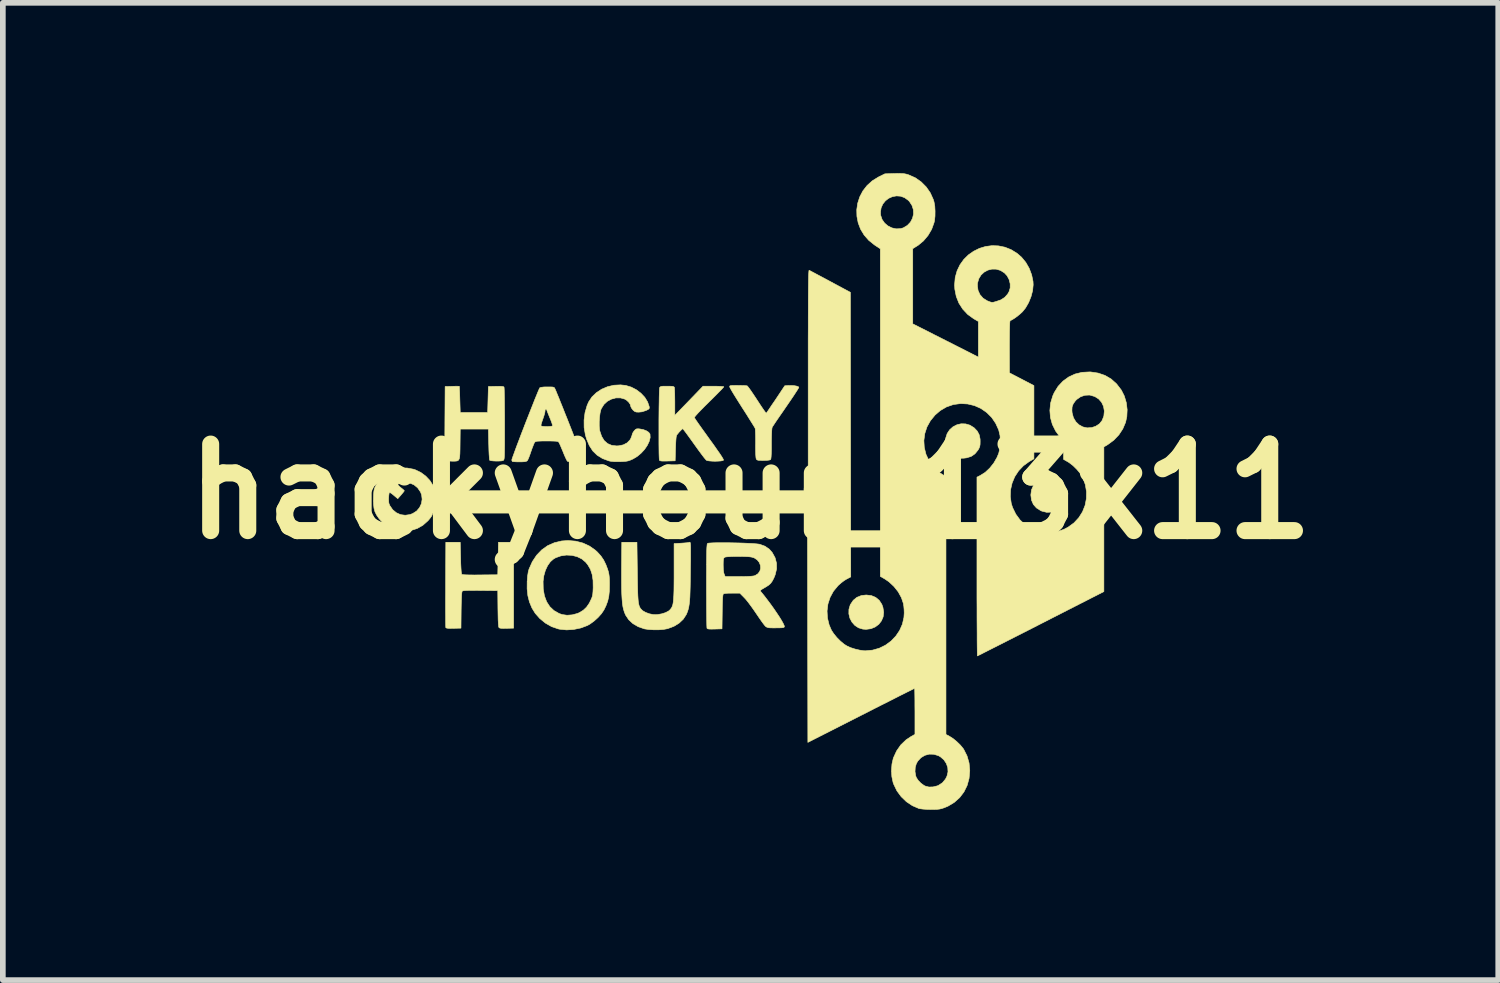
<source format=kicad_pcb>
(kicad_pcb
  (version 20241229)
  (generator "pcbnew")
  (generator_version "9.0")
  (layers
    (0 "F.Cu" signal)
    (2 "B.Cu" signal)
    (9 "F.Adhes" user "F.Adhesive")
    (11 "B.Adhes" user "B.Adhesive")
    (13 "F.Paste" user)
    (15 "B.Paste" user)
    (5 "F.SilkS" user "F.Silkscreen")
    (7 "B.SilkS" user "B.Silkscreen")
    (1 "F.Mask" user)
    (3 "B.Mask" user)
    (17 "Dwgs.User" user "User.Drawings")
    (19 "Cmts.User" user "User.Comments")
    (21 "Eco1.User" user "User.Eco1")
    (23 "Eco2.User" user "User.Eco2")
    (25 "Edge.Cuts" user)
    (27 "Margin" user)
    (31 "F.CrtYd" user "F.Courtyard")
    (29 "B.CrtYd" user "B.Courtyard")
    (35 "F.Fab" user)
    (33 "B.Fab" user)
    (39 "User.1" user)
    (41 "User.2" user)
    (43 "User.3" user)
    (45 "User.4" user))
  (footprint "hackyhour_13x11"
    (layer "F.Cu")
    (at 10.167 5.605)
    (property "Reference" "hackyhour_13x11" (at 0 0 0) (layer "F.SilkS") (effects (font (size 1.524 1.524) (thickness 0.3))))
    (attr through_hole)
    (fp_poly (pts (xy 2.129 1.834) (xy 2.205 1.866) (xy 2.267 1.918) (xy 2.313 1.989) (xy 2.332 2.042) (xy 2.345 2.127) (xy 2.336 2.207) (xy 2.306 2.278) (xy 2.259 2.339) (xy 2.196 2.386) (xy 2.121 2.417) (xy 2.037 2.428) (xy 1.978 2.424) (xy 1.902 2.401) (xy 1.837 2.358) (xy 1.786 2.3) (xy 1.75 2.231) (xy 1.732 2.155) (xy 1.733 2.076) (xy 1.756 1.999) (xy 1.761 1.989) (xy 1.81 1.916) (xy 1.874 1.864) (xy 1.952 1.833) (xy 2.038 1.823) (xy 2.129 1.834)) (stroke (width 0.01) (type solid)) (fill yes) (layer "F.SilkS"))
    (fp_poly (pts (xy 5.327 -0.23) (xy 5.401 -0.199) (xy 5.462 -0.153) (xy 5.508 -0.094) (xy 5.537 -0.026) (xy 5.549 0.048) (xy 5.543 0.123) (xy 5.516 0.197) (xy 5.467 0.266) (xy 5.449 0.284) (xy 5.377 0.336) (xy 5.298 0.364) (xy 5.215 0.367) (xy 5.131 0.346) (xy 5.112 0.338) (xy 5.036 0.29) (xy 4.982 0.229) (xy 4.949 0.154) (xy 4.937 0.065) (xy 4.937 0.057) (xy 4.949 -0.029) (xy 4.982 -0.104) (xy 5.033 -0.166) (xy 5.101 -0.21) (xy 5.181 -0.236) (xy 5.242 -0.241) (xy 5.327 -0.23)) (stroke (width 0.01) (type solid)) (fill yes) (layer "F.SilkS"))
    (fp_poly (pts (xy 3.787 -1.19) (xy 3.863 -1.168) (xy 3.935 -1.123) (xy 3.938 -1.121) (xy 3.993 -1.063) (xy 4.027 -0.999) (xy 4.043 -0.923) (xy 4.044 -0.882) (xy 4.043 -0.83) (xy 4.037 -0.792) (xy 4.023 -0.758) (xy 4.007 -0.73) (xy 3.952 -0.663) (xy 3.885 -0.617) (xy 3.803 -0.592) (xy 3.754 -0.586) (xy 3.702 -0.585) (xy 3.664 -0.59) (xy 3.628 -0.602) (xy 3.594 -0.619) (xy 3.529 -0.666) (xy 3.478 -0.731) (xy 3.445 -0.806) (xy 3.433 -0.886) (xy 3.437 -0.938) (xy 3.463 -1.019) (xy 3.507 -1.086) (xy 3.565 -1.138) (xy 3.634 -1.174) (xy 3.709 -1.192) (xy 3.787 -1.19)) (stroke (width 0.01) (type solid)) (fill yes) (layer "F.SilkS"))
    (fp_poly (pts (xy -5.105 1.171) (xy -5.103 1.267) (xy -5.099 1.346) (xy -5.095 1.406) (xy -5.09 1.445) (xy -5.085 1.46) (xy -5.067 1.465) (xy -5.024 1.468) (xy -4.955 1.47) (xy -4.861 1.471) (xy -4.762 1.47) (xy -4.451 1.467) (xy -4.439 0.895) (xy -4.172 0.895) (xy -4.172 2.407) (xy -4.294 2.41) (xy -4.356 2.411) (xy -4.398 2.409) (xy -4.422 2.403) (xy -4.43 2.397) (xy -4.436 2.377) (xy -4.44 2.333) (xy -4.444 2.265) (xy -4.446 2.172) (xy -4.448 2.063) (xy -4.451 1.746) (xy -4.758 1.743) (xy -4.858 1.742) (xy -4.935 1.742) (xy -4.993 1.743) (xy -5.034 1.745) (xy -5.06 1.749) (xy -5.074 1.753) (xy -5.078 1.757) (xy -5.083 1.776) (xy -5.088 1.821) (xy -5.091 1.891) (xy -5.094 1.986) (xy -5.096 2.09) (xy -5.099 2.407) (xy -5.229 2.41) (xy -5.293 2.411) (xy -5.335 2.409) (xy -5.358 2.404) (xy -5.366 2.398) (xy -5.367 2.382) (xy -5.368 2.344) (xy -5.369 2.284) (xy -5.369 2.207) (xy -5.37 2.113) (xy -5.37 2.005) (xy -5.37 1.885) (xy -5.369 1.756) (xy -5.369 1.638) (xy -5.366 0.895) (xy -5.112 0.895) (xy -5.105 1.171)) (stroke (width 0.01) (type solid)) (fill yes) (layer "F.SilkS"))
    (fp_poly (pts (xy -5.134 -1.852) (xy -5.128 -1.851) (xy -5.127 -1.838) (xy -5.126 -1.804) (xy -5.123 -1.752) (xy -5.121 -1.687) (xy -5.119 -1.619) (xy -5.112 -1.391) (xy -4.629 -1.391) (xy -4.616 -1.848) (xy -4.484 -1.851) (xy -4.419 -1.852) (xy -4.375 -1.85) (xy -4.35 -1.845) (xy -4.341 -1.839) (xy -4.339 -1.823) (xy -4.337 -1.785) (xy -4.336 -1.726) (xy -4.334 -1.649) (xy -4.333 -1.557) (xy -4.332 -1.452) (xy -4.331 -1.336) (xy -4.331 -1.213) (xy -4.331 -1.191) (xy -4.331 -1.048) (xy -4.331 -0.929) (xy -4.331 -0.83) (xy -4.332 -0.751) (xy -4.333 -0.689) (xy -4.334 -0.641) (xy -4.336 -0.606) (xy -4.338 -0.582) (xy -4.342 -0.565) (xy -4.346 -0.555) (xy -4.35 -0.55) (xy -4.356 -0.546) (xy -4.358 -0.545) (xy -4.382 -0.539) (xy -4.423 -0.536) (xy -4.471 -0.535) (xy -4.52 -0.537) (xy -4.562 -0.541) (xy -4.589 -0.547) (xy -4.593 -0.55) (xy -4.597 -0.566) (xy -4.6 -0.602) (xy -4.604 -0.657) (xy -4.607 -0.725) (xy -4.609 -0.803) (xy -4.61 -0.83) (xy -4.616 -1.099) (xy -5.112 -1.099) (xy -5.115 -0.832) (xy -5.116 -0.737) (xy -5.118 -0.665) (xy -5.122 -0.612) (xy -5.129 -0.576) (xy -5.141 -0.553) (xy -5.159 -0.54) (xy -5.184 -0.535) (xy -5.219 -0.533) (xy -5.251 -0.533) (xy -5.303 -0.536) (xy -5.343 -0.542) (xy -5.363 -0.549) (xy -5.368 -0.554) (xy -5.372 -0.563) (xy -5.376 -0.578) (xy -5.378 -0.601) (xy -5.38 -0.634) (xy -5.382 -0.679) (xy -5.383 -0.738) (xy -5.383 -0.814) (xy -5.383 -0.908) (xy -5.383 -1.023) (xy -5.382 -1.16) (xy -5.382 -1.206) (xy -5.378 -1.848) (xy -5.255 -1.851) (xy -5.202 -1.853) (xy -5.16 -1.853) (xy -5.134 -1.852)) (stroke (width 0.01) (type solid)) (fill yes) (layer "F.SilkS"))
    (fp_poly (pts (xy -1.065 0.896) (xy -1.061 0.904) (xy -1.058 0.92) (xy -1.056 0.947) (xy -1.055 0.986) (xy -1.055 1.04) (xy -1.055 1.111) (xy -1.055 1.202) (xy -1.057 1.314) (xy -1.058 1.405) (xy -1.06 1.55) (xy -1.062 1.673) (xy -1.065 1.776) (xy -1.068 1.861) (xy -1.073 1.931) (xy -1.08 1.989) (xy -1.088 2.038) (xy -1.098 2.079) (xy -1.11 2.116) (xy -1.124 2.151) (xy -1.132 2.169) (xy -1.184 2.249) (xy -1.257 2.318) (xy -1.348 2.374) (xy -1.454 2.414) (xy -1.47 2.418) (xy -1.536 2.43) (xy -1.617 2.436) (xy -1.705 2.436) (xy -1.789 2.431) (xy -1.861 2.421) (xy -1.87 2.419) (xy -1.977 2.382) (xy -2.07 2.328) (xy -2.144 2.26) (xy -2.199 2.178) (xy -2.204 2.167) (xy -2.221 2.126) (xy -2.235 2.08) (xy -2.247 2.029) (xy -2.256 1.968) (xy -2.262 1.896) (xy -2.267 1.81) (xy -2.27 1.708) (xy -2.271 1.586) (xy -2.271 1.442) (xy -2.271 1.372) (xy -2.267 0.895) (xy -2 0.895) (xy -1.993 1.422) (xy -1.991 1.558) (xy -1.989 1.671) (xy -1.987 1.763) (xy -1.984 1.838) (xy -1.98 1.897) (xy -1.976 1.943) (xy -1.97 1.979) (xy -1.963 2.007) (xy -1.955 2.029) (xy -1.945 2.049) (xy -1.936 2.063) (xy -1.901 2.099) (xy -1.847 2.13) (xy -1.782 2.154) (xy -1.714 2.168) (xy -1.707 2.169) (xy -1.637 2.168) (xy -1.564 2.155) (xy -1.497 2.134) (xy -1.443 2.106) (xy -1.42 2.086) (xy -1.403 2.066) (xy -1.388 2.045) (xy -1.377 2.02) (xy -1.367 1.988) (xy -1.36 1.947) (xy -1.355 1.895) (xy -1.351 1.829) (xy -1.348 1.747) (xy -1.347 1.646) (xy -1.346 1.525) (xy -1.346 1.415) (xy -1.346 0.918) (xy -1.222 0.911) (xy -1.166 0.907) (xy -1.118 0.903) (xy -1.085 0.898) (xy -1.075 0.895) (xy -1.069 0.893) (xy -1.065 0.896)) (stroke (width 0.01) (type solid)) (fill yes) (layer "F.SilkS"))
    (fp_poly (pts (xy -3.079 0.875) (xy -2.952 0.908) (xy -2.835 0.962) (xy -2.733 1.034) (xy -2.696 1.068) (xy -2.634 1.137) (xy -2.586 1.208) (xy -2.547 1.288) (xy -2.518 1.365) (xy -2.504 1.41) (xy -2.495 1.45) (xy -2.489 1.491) (xy -2.485 1.542) (xy -2.484 1.607) (xy -2.484 1.645) (xy -2.486 1.755) (xy -2.496 1.848) (xy -2.515 1.931) (xy -2.545 2.012) (xy -2.581 2.086) (xy -2.625 2.152) (xy -2.686 2.22) (xy -2.756 2.283) (xy -2.829 2.336) (xy -2.874 2.361) (xy -2.989 2.404) (xy -3.114 2.43) (xy -3.239 2.438) (xy -3.359 2.426) (xy -3.387 2.42) (xy -3.503 2.38) (xy -3.612 2.318) (xy -3.71 2.238) (xy -3.792 2.145) (xy -3.849 2.052) (xy -3.893 1.946) (xy -3.921 1.836) (xy -3.934 1.715) (xy -3.933 1.587) (xy -3.933 1.585) (xy -3.653 1.585) (xy -3.65 1.72) (xy -3.629 1.839) (xy -3.59 1.943) (xy -3.534 2.029) (xy -3.461 2.098) (xy -3.371 2.149) (xy -3.316 2.168) (xy -3.231 2.18) (xy -3.14 2.173) (xy -3.05 2.149) (xy -3.014 2.134) (xy -2.944 2.091) (xy -2.888 2.038) (xy -2.84 1.969) (xy -2.815 1.918) (xy -2.797 1.879) (xy -2.785 1.845) (xy -2.778 1.808) (xy -2.774 1.761) (xy -2.771 1.697) (xy -2.771 1.687) (xy -2.773 1.565) (xy -2.789 1.461) (xy -2.819 1.371) (xy -2.866 1.291) (xy -2.904 1.244) (xy -2.971 1.188) (xy -3.053 1.148) (xy -3.145 1.125) (xy -3.242 1.12) (xy -3.338 1.134) (xy -3.429 1.166) (xy -3.469 1.189) (xy -3.525 1.238) (xy -3.574 1.307) (xy -3.613 1.391) (xy -3.64 1.486) (xy -3.653 1.585) (xy -3.933 1.585) (xy -3.926 1.491) (xy -3.914 1.416) (xy -3.901 1.368) (xy -3.842 1.236) (xy -3.767 1.123) (xy -3.677 1.029) (xy -3.573 0.955) (xy -3.455 0.903) (xy -3.326 0.872) (xy -3.212 0.864) (xy -3.079 0.875)) (stroke (width 0.01) (type solid)) (fill yes) (layer "F.SilkS"))
    (fp_poly (pts (xy -0.165 -1.866) (xy -0.113 -1.865) (xy -0.076 -1.862) (xy -0.059 -1.86) (xy -0.047 -1.847) (xy -0.024 -1.817) (xy 0.009 -1.771) (xy 0.048 -1.713) (xy 0.093 -1.646) (xy 0.115 -1.612) (xy 0.16 -1.543) (xy 0.2 -1.483) (xy 0.234 -1.433) (xy 0.26 -1.398) (xy 0.275 -1.38) (xy 0.278 -1.379) (xy 0.287 -1.391) (xy 0.308 -1.421) (xy 0.339 -1.467) (xy 0.377 -1.524) (xy 0.422 -1.589) (xy 0.445 -1.623) (xy 0.603 -1.861) (xy 0.66 -1.865) (xy 0.718 -1.866) (xy 0.771 -1.863) (xy 0.814 -1.855) (xy 0.843 -1.844) (xy 0.851 -1.834) (xy 0.844 -1.819) (xy 0.824 -1.786) (xy 0.793 -1.738) (xy 0.753 -1.677) (xy 0.705 -1.606) (xy 0.651 -1.527) (xy 0.624 -1.488) (xy 0.568 -1.406) (xy 0.515 -1.33) (xy 0.469 -1.263) (xy 0.431 -1.207) (xy 0.403 -1.164) (xy 0.386 -1.139) (xy 0.383 -1.134) (xy 0.377 -1.109) (xy 0.373 -1.059) (xy 0.37 -0.983) (xy 0.368 -0.883) (xy 0.368 -0.842) (xy 0.368 -0.742) (xy 0.366 -0.666) (xy 0.363 -0.612) (xy 0.359 -0.578) (xy 0.354 -0.562) (xy 0.353 -0.561) (xy 0.331 -0.553) (xy 0.288 -0.548) (xy 0.227 -0.546) (xy 0.172 -0.547) (xy 0.138 -0.549) (xy 0.117 -0.555) (xy 0.106 -0.565) (xy 0.101 -0.572) (xy 0.096 -0.596) (xy 0.092 -0.644) (xy 0.09 -0.715) (xy 0.089 -0.807) (xy 0.09 -0.842) (xy 0.09 -0.92) (xy 0.089 -0.99) (xy 0.087 -1.048) (xy 0.085 -1.09) (xy 0.082 -1.111) (xy 0.082 -1.111) (xy 0.073 -1.128) (xy 0.052 -1.163) (xy 0.02 -1.214) (xy -0.02 -1.278) (xy -0.066 -1.352) (xy -0.118 -1.433) (xy -0.144 -1.473) (xy -0.197 -1.557) (xy -0.246 -1.635) (xy -0.289 -1.704) (xy -0.324 -1.762) (xy -0.349 -1.806) (xy -0.363 -1.833) (xy -0.366 -1.838) (xy -0.367 -1.851) (xy -0.363 -1.859) (xy -0.35 -1.864) (xy -0.323 -1.866) (xy -0.278 -1.867) (xy -0.225 -1.867) (xy -0.165 -1.866)) (stroke (width 0.01) (type solid)) (fill yes) (layer "F.SilkS"))
    (fp_poly (pts (xy -2.197 -1.867) (xy -2.101 -1.838) (xy -2.01 -1.791) (xy -1.93 -1.73) (xy -1.862 -1.658) (xy -1.813 -1.578) (xy -1.784 -1.494) (xy -1.784 -1.492) (xy -1.782 -1.469) (xy -1.789 -1.454) (xy -1.811 -1.44) (xy -1.84 -1.426) (xy -1.911 -1.403) (xy -1.969 -1.397) (xy -2.012 -1.399) (xy -2.04 -1.409) (xy -2.065 -1.43) (xy -2.071 -1.436) (xy -2.094 -1.466) (xy -2.107 -1.491) (xy -2.108 -1.497) (xy -2.119 -1.535) (xy -2.147 -1.575) (xy -2.186 -1.61) (xy -2.213 -1.626) (xy -2.29 -1.648) (xy -2.37 -1.648) (xy -2.448 -1.627) (xy -2.52 -1.589) (xy -2.58 -1.534) (xy -2.624 -1.465) (xy -2.635 -1.441) (xy -2.649 -1.383) (xy -2.659 -1.309) (xy -2.664 -1.229) (xy -2.664 -1.151) (xy -2.658 -1.085) (xy -2.654 -1.065) (xy -2.622 -0.97) (xy -2.577 -0.896) (xy -2.517 -0.843) (xy -2.444 -0.812) (xy -2.358 -0.802) (xy -2.321 -0.804) (xy -2.24 -0.821) (xy -2.173 -0.856) (xy -2.124 -0.906) (xy -2.109 -0.931) (xy -2.094 -0.968) (xy -2.084 -0.998) (xy -2.083 -1.006) (xy -2.075 -1.028) (xy -2.056 -1.058) (xy -2.049 -1.067) (xy -2.027 -1.091) (xy -2.006 -1.102) (xy -1.978 -1.104) (xy -1.949 -1.101) (xy -1.887 -1.089) (xy -1.833 -1.068) (xy -1.793 -1.042) (xy -1.771 -1.012) (xy -1.77 -1.009) (xy -1.767 -0.949) (xy -1.784 -0.882) (xy -1.818 -0.811) (xy -1.866 -0.74) (xy -1.926 -0.675) (xy -1.994 -0.618) (xy -2.067 -0.574) (xy -2.073 -0.571) (xy -2.118 -0.551) (xy -2.157 -0.538) (xy -2.196 -0.531) (xy -2.246 -0.527) (xy -2.298 -0.525) (xy -2.396 -0.525) (xy -2.471 -0.533) (xy -2.499 -0.54) (xy -2.608 -0.581) (xy -2.701 -0.639) (xy -2.778 -0.714) (xy -2.839 -0.809) (xy -2.887 -0.924) (xy -2.908 -0.996) (xy -2.93 -1.125) (xy -2.931 -1.258) (xy -2.914 -1.39) (xy -2.878 -1.513) (xy -2.851 -1.576) (xy -2.792 -1.665) (xy -2.714 -1.74) (xy -2.621 -1.801) (xy -2.517 -1.845) (xy -2.405 -1.871) (xy -2.289 -1.877) (xy -2.197 -1.867)) (stroke (width 0.01) (type solid)) (fill yes) (layer "F.SilkS"))
    (fp_poly (pts (xy -0.588 -1.853) (xy -0.533 -1.851) (xy -0.493 -1.848) (xy -0.472 -1.845) (xy -0.47 -1.843) (xy -0.479 -1.832) (xy -0.503 -1.805) (xy -0.542 -1.765) (xy -0.591 -1.715) (xy -0.65 -1.656) (xy -0.716 -1.591) (xy -0.731 -1.576) (xy -0.804 -1.504) (xy -0.868 -1.439) (xy -0.92 -1.385) (xy -0.958 -1.343) (xy -0.982 -1.314) (xy -0.988 -1.301) (xy -0.98 -1.287) (xy -0.959 -1.254) (xy -0.926 -1.206) (xy -0.883 -1.145) (xy -0.832 -1.074) (xy -0.775 -0.995) (xy -0.726 -0.926) (xy -0.654 -0.827) (xy -0.594 -0.741) (xy -0.544 -0.67) (xy -0.507 -0.614) (xy -0.484 -0.575) (xy -0.475 -0.554) (xy -0.475 -0.552) (xy -0.49 -0.544) (xy -0.524 -0.537) (xy -0.572 -0.534) (xy -0.625 -0.532) (xy -0.679 -0.534) (xy -0.727 -0.538) (xy -0.763 -0.544) (xy -0.776 -0.549) (xy -0.79 -0.564) (xy -0.817 -0.596) (xy -0.853 -0.643) (xy -0.897 -0.702) (xy -0.947 -0.771) (xy -0.993 -0.835) (xy -1.045 -0.908) (xy -1.092 -0.973) (xy -1.132 -1.028) (xy -1.164 -1.07) (xy -1.185 -1.097) (xy -1.193 -1.105) (xy -1.206 -1.096) (xy -1.23 -1.074) (xy -1.259 -1.043) (xy -1.286 -1.01) (xy -1.296 -0.998) (xy -1.304 -0.981) (xy -1.31 -0.95) (xy -1.314 -0.903) (xy -1.318 -0.836) (xy -1.321 -0.757) (xy -1.327 -0.54) (xy -1.462 -0.536) (xy -1.524 -0.535) (xy -1.564 -0.536) (xy -1.588 -0.54) (xy -1.601 -0.546) (xy -1.605 -0.553) (xy -1.607 -0.572) (xy -1.609 -0.613) (xy -1.611 -0.672) (xy -1.612 -0.749) (xy -1.613 -0.838) (xy -1.613 -0.937) (xy -1.613 -1.043) (xy -1.613 -1.154) (xy -1.613 -1.265) (xy -1.612 -1.374) (xy -1.611 -1.479) (xy -1.609 -1.575) (xy -1.608 -1.66) (xy -1.606 -1.731) (xy -1.604 -1.785) (xy -1.602 -1.819) (xy -1.6 -1.83) (xy -1.591 -1.841) (xy -1.575 -1.849) (xy -1.548 -1.853) (xy -1.503 -1.854) (xy -1.468 -1.854) (xy -1.41 -1.853) (xy -1.373 -1.851) (xy -1.352 -1.845) (xy -1.342 -1.836) (xy -1.341 -1.834) (xy -1.339 -1.815) (xy -1.337 -1.776) (xy -1.335 -1.72) (xy -1.334 -1.651) (xy -1.333 -1.577) (xy -1.333 -1.34) (xy -1.084 -1.597) (xy -0.836 -1.854) (xy -0.653 -1.854) (xy -0.588 -1.853)) (stroke (width 0.01) (type solid)) (fill yes) (layer "F.SilkS"))
    (fp_poly (pts (xy -3.52 -1.841) (xy -3.485 -1.839) (xy -3.464 -1.834) (xy -3.452 -1.825) (xy -3.444 -1.81) (xy -3.443 -1.807) (xy -3.428 -1.774) (xy -3.407 -1.722) (xy -3.379 -1.655) (xy -3.347 -1.574) (xy -3.31 -1.483) (xy -3.271 -1.384) (xy -3.229 -1.28) (xy -3.187 -1.173) (xy -3.145 -1.067) (xy -3.105 -0.963) (xy -3.067 -0.865) (xy -3.032 -0.776) (xy -3.002 -0.697) (xy -2.977 -0.632) (xy -2.959 -0.583) (xy -2.949 -0.554) (xy -2.946 -0.546) (xy -2.948 -0.535) (xy -2.956 -0.527) (xy -2.975 -0.523) (xy -3.01 -0.521) (xy -3.065 -0.521) (xy -3.077 -0.521) (xy -3.133 -0.522) (xy -3.18 -0.525) (xy -3.213 -0.528) (xy -3.223 -0.531) (xy -3.234 -0.547) (xy -3.251 -0.581) (xy -3.273 -0.629) (xy -3.297 -0.687) (xy -3.3 -0.696) (xy -3.325 -0.755) (xy -3.347 -0.807) (xy -3.365 -0.847) (xy -3.377 -0.868) (xy -3.378 -0.869) (xy -3.388 -0.877) (xy -3.407 -0.883) (xy -3.439 -0.886) (xy -3.487 -0.888) (xy -3.555 -0.889) (xy -3.587 -0.889) (xy -3.663 -0.889) (xy -3.717 -0.887) (xy -3.754 -0.885) (xy -3.778 -0.88) (xy -3.792 -0.874) (xy -3.8 -0.867) (xy -3.812 -0.846) (xy -3.828 -0.807) (xy -3.848 -0.755) (xy -3.867 -0.701) (xy -3.887 -0.643) (xy -3.906 -0.593) (xy -3.922 -0.557) (xy -3.933 -0.54) (xy -3.951 -0.53) (xy -3.983 -0.524) (xy -4.035 -0.521) (xy -4.069 -0.521) (xy -4.122 -0.522) (xy -4.164 -0.524) (xy -4.19 -0.527) (xy -4.195 -0.529) (xy -4.203 -0.548) (xy -4.204 -0.555) (xy -4.199 -0.573) (xy -4.186 -0.611) (xy -4.166 -0.666) (xy -4.14 -0.738) (xy -4.109 -0.821) (xy -4.073 -0.915) (xy -4.035 -1.016) (xy -3.994 -1.121) (xy -3.979 -1.16) (xy -3.69 -1.16) (xy -3.69 -1.156) (xy -3.673 -1.149) (xy -3.64 -1.145) (xy -3.597 -1.143) (xy -3.552 -1.144) (xy -3.514 -1.147) (xy -3.49 -1.152) (xy -3.486 -1.155) (xy -3.488 -1.171) (xy -3.498 -1.205) (xy -3.515 -1.251) (xy -3.529 -1.285) (xy -3.551 -1.339) (xy -3.57 -1.386) (xy -3.583 -1.42) (xy -3.587 -1.432) (xy -3.599 -1.452) (xy -3.61 -1.45) (xy -3.618 -1.429) (xy -3.619 -1.41) (xy -3.624 -1.381) (xy -3.636 -1.338) (xy -3.653 -1.287) (xy -3.659 -1.271) (xy -3.675 -1.224) (xy -3.687 -1.184) (xy -3.69 -1.16) (xy -3.979 -1.16) (xy -3.953 -1.228) (xy -3.911 -1.334) (xy -3.871 -1.436) (xy -3.833 -1.532) (xy -3.799 -1.619) (xy -3.768 -1.694) (xy -3.743 -1.755) (xy -3.724 -1.799) (xy -3.713 -1.822) (xy -3.711 -1.826) (xy -3.686 -1.834) (xy -3.639 -1.84) (xy -3.575 -1.841) (xy -3.52 -1.841)) (stroke (width 0.01) (type solid)) (fill yes) (layer "F.SilkS"))
    (fp_poly (pts (xy -0.391 0.903) (xy -0.296 0.905) (xy -0.201 0.907) (xy -0.109 0.91) (xy -0.024 0.914) (xy 0.05 0.918) (xy 0.11 0.923) (xy 0.152 0.928) (xy 0.162 0.93) (xy 0.255 0.964) (xy 0.331 1.017) (xy 0.382 1.075) (xy 0.433 1.168) (xy 0.458 1.264) (xy 0.459 1.364) (xy 0.434 1.468) (xy 0.412 1.523) (xy 0.384 1.577) (xy 0.355 1.618) (xy 0.317 1.652) (xy 0.263 1.686) (xy 0.244 1.697) (xy 0.203 1.721) (xy 0.181 1.737) (xy 0.174 1.749) (xy 0.179 1.761) (xy 0.181 1.763) (xy 0.239 1.834) (xy 0.298 1.911) (xy 0.358 1.991) (xy 0.415 2.071) (xy 0.468 2.149) (xy 0.515 2.22) (xy 0.553 2.283) (xy 0.58 2.333) (xy 0.595 2.368) (xy 0.597 2.379) (xy 0.593 2.389) (xy 0.58 2.396) (xy 0.553 2.4) (xy 0.506 2.402) (xy 0.479 2.402) (xy 0.409 2.403) (xy 0.358 2.402) (xy 0.323 2.4) (xy 0.299 2.394) (xy 0.279 2.386) (xy 0.27 2.38) (xy 0.254 2.364) (xy 0.227 2.33) (xy 0.192 2.282) (xy 0.151 2.223) (xy 0.107 2.158) (xy 0.105 2.155) (xy 0.056 2.084) (xy 0.006 2.014) (xy -0.041 1.951) (xy -0.082 1.9) (xy -0.11 1.87) (xy -0.188 1.791) (xy -0.327 1.791) (xy -0.397 1.792) (xy -0.444 1.795) (xy -0.471 1.801) (xy -0.481 1.808) (xy -0.486 1.827) (xy -0.491 1.871) (xy -0.494 1.939) (xy -0.497 2.029) (xy -0.498 2.122) (xy -0.502 2.419) (xy -0.63 2.423) (xy -0.69 2.424) (xy -0.729 2.423) (xy -0.752 2.419) (xy -0.764 2.412) (xy -0.767 2.406) (xy -0.768 2.39) (xy -0.77 2.351) (xy -0.771 2.291) (xy -0.772 2.212) (xy -0.773 2.118) (xy -0.774 2.01) (xy -0.774 1.89) (xy -0.775 1.761) (xy -0.775 1.658) (xy -0.775 1.501) (xy -0.774 1.368) (xy -0.774 1.291) (xy -0.481 1.291) (xy -0.479 1.374) (xy -0.471 1.433) (xy -0.464 1.455) (xy -0.446 1.499) (xy -0.203 1.499) (xy -0.107 1.498) (xy -0.033 1.496) (xy 0.022 1.492) (xy 0.059 1.487) (xy 0.081 1.481) (xy 0.132 1.448) (xy 0.164 1.404) (xy 0.178 1.353) (xy 0.174 1.3) (xy 0.154 1.249) (xy 0.117 1.204) (xy 0.066 1.17) (xy 0.025 1.157) (xy -0.012 1.151) (xy -0.065 1.147) (xy -0.13 1.145) (xy -0.201 1.144) (xy -0.273 1.144) (xy -0.339 1.146) (xy -0.394 1.149) (xy -0.434 1.153) (xy -0.449 1.157) (xy -0.463 1.165) (xy -0.472 1.177) (xy -0.477 1.198) (xy -0.48 1.234) (xy -0.481 1.289) (xy -0.481 1.291) (xy -0.774 1.291) (xy -0.774 1.256) (xy -0.773 1.164) (xy -0.772 1.09) (xy -0.771 1.032) (xy -0.769 0.988) (xy -0.766 0.956) (xy -0.764 0.935) (xy -0.76 0.921) (xy -0.756 0.915) (xy -0.756 0.915) (xy -0.738 0.91) (xy -0.697 0.907) (xy -0.639 0.904) (xy -0.566 0.903) (xy -0.482 0.903) (xy -0.391 0.903)) (stroke (width 0.01) (type solid)) (fill yes) (layer "F.SilkS"))
    (fp_poly (pts (xy 2.663 -5.599) (xy 2.705 -5.596) (xy 2.741 -5.589) (xy 2.779 -5.578) (xy 2.787 -5.575) (xy 2.902 -5.524) (xy 3.005 -5.452) (xy 3.094 -5.363) (xy 3.166 -5.259) (xy 3.218 -5.144) (xy 3.232 -5.099) (xy 3.245 -5.025) (xy 3.25 -4.938) (xy 3.249 -4.849) (xy 3.24 -4.768) (xy 3.232 -4.733) (xy 3.19 -4.617) (xy 3.126 -4.508) (xy 3.046 -4.413) (xy 2.952 -4.335) (xy 2.932 -4.323) (xy 2.857 -4.276) (xy 2.857 -2.952) (xy 3.026 -2.867) (xy 3.078 -2.841) (xy 3.149 -2.805) (xy 3.234 -2.761) (xy 3.33 -2.713) (xy 3.432 -2.661) (xy 3.536 -2.609) (xy 3.604 -2.574) (xy 4.013 -2.366) (xy 4.013 -2.994) (xy 3.929 -3.043) (xy 3.825 -3.118) (xy 3.738 -3.211) (xy 3.67 -3.317) (xy 3.623 -3.436) (xy 3.598 -3.563) (xy 3.595 -3.626) (xy 3.995 -3.626) (xy 4.007 -3.541) (xy 4.041 -3.466) (xy 4.095 -3.404) (xy 4.168 -3.358) (xy 4.216 -3.339) (xy 4.24 -3.332) (xy 4.257 -3.33) (xy 4.277 -3.332) (xy 4.309 -3.341) (xy 4.324 -3.345) (xy 4.411 -3.375) (xy 4.477 -3.418) (xy 4.528 -3.475) (xy 4.553 -3.518) (xy 4.573 -3.584) (xy 4.573 -3.657) (xy 4.555 -3.73) (xy 4.519 -3.798) (xy 4.472 -3.849) (xy 4.402 -3.893) (xy 4.327 -3.915) (xy 4.252 -3.916) (xy 4.18 -3.898) (xy 4.115 -3.863) (xy 4.06 -3.812) (xy 4.02 -3.747) (xy 3.998 -3.67) (xy 3.995 -3.626) (xy 3.595 -3.626) (xy 3.594 -3.639) (xy 3.605 -3.768) (xy 3.638 -3.886) (xy 3.689 -3.992) (xy 3.756 -4.086) (xy 3.837 -4.166) (xy 3.93 -4.231) (xy 4.031 -4.281) (xy 4.139 -4.314) (xy 4.252 -4.329) (xy 4.366 -4.325) (xy 4.479 -4.302) (xy 4.59 -4.258) (xy 4.695 -4.193) (xy 4.773 -4.125) (xy 4.848 -4.034) (xy 4.908 -3.929) (xy 4.951 -3.815) (xy 4.975 -3.699) (xy 4.978 -3.639) (xy 4.968 -3.537) (xy 4.94 -3.431) (xy 4.898 -3.327) (xy 4.844 -3.233) (xy 4.79 -3.166) (xy 4.753 -3.131) (xy 4.708 -3.094) (xy 4.662 -3.059) (xy 4.62 -3.032) (xy 4.587 -3.014) (xy 4.573 -3.01) (xy 4.569 -2.998) (xy 4.565 -2.964) (xy 4.563 -2.906) (xy 4.561 -2.823) (xy 4.56 -2.717) (xy 4.559 -2.585) (xy 4.559 -2.55) (xy 4.56 -2.089) (xy 4.991 -1.865) (xy 4.991 -0.575) (xy 4.907 -0.526) (xy 4.806 -0.453) (xy 4.721 -0.363) (xy 4.654 -0.261) (xy 4.607 -0.149) (xy 4.58 -0.031) (xy 4.575 0.09) (xy 4.592 0.211) (xy 4.615 0.283) (xy 4.672 0.4) (xy 4.746 0.501) (xy 4.835 0.585) (xy 4.935 0.65) (xy 5.045 0.696) (xy 5.161 0.721) (xy 5.28 0.726) (xy 5.401 0.708) (xy 5.52 0.667) (xy 5.594 0.628) (xy 5.697 0.553) (xy 5.782 0.461) (xy 5.847 0.358) (xy 5.892 0.245) (xy 5.915 0.126) (xy 5.917 0.003) (xy 5.896 -0.121) (xy 5.851 -0.243) (xy 5.848 -0.25) (xy 5.806 -0.319) (xy 5.747 -0.389) (xy 5.68 -0.455) (xy 5.611 -0.508) (xy 5.59 -0.521) (xy 5.513 -0.565) (xy 5.512 -0.892) (xy 5.454 -0.956) (xy 5.374 -1.063) (xy 5.316 -1.18) (xy 5.282 -1.302) (xy 5.272 -1.426) (xy 5.66 -1.426) (xy 5.664 -1.383) (xy 5.687 -1.298) (xy 5.729 -1.228) (xy 5.785 -1.174) (xy 5.852 -1.137) (xy 5.928 -1.12) (xy 6.008 -1.125) (xy 6.078 -1.148) (xy 6.144 -1.19) (xy 6.191 -1.248) (xy 6.221 -1.323) (xy 6.223 -1.331) (xy 6.231 -1.417) (xy 6.217 -1.498) (xy 6.183 -1.57) (xy 6.131 -1.629) (xy 6.063 -1.672) (xy 5.982 -1.696) (xy 5.966 -1.698) (xy 5.887 -1.694) (xy 5.811 -1.667) (xy 5.744 -1.62) (xy 5.721 -1.596) (xy 5.683 -1.543) (xy 5.663 -1.489) (xy 5.66 -1.426) (xy 5.272 -1.426) (xy 5.272 -1.429) (xy 5.285 -1.557) (xy 5.323 -1.683) (xy 5.349 -1.741) (xy 5.417 -1.851) (xy 5.503 -1.943) (xy 5.603 -2.016) (xy 5.715 -2.068) (xy 5.838 -2.098) (xy 5.969 -2.105) (xy 5.988 -2.105) (xy 6.121 -2.085) (xy 6.242 -2.044) (xy 6.35 -1.981) (xy 6.446 -1.895) (xy 6.529 -1.787) (xy 6.53 -1.786) (xy 6.583 -1.681) (xy 6.618 -1.563) (xy 6.633 -1.44) (xy 6.627 -1.318) (xy 6.605 -1.217) (xy 6.556 -1.102) (xy 6.486 -0.996) (xy 6.397 -0.903) (xy 6.294 -0.827) (xy 6.283 -0.82) (xy 6.223 -0.785) (xy 6.223 1.763) (xy 5.114 2.329) (xy 4.958 2.409) (xy 4.807 2.486) (xy 4.665 2.558) (xy 4.533 2.625) (xy 4.411 2.687) (xy 4.302 2.742) (xy 4.207 2.79) (xy 4.128 2.83) (xy 4.066 2.862) (xy 4.023 2.883) (xy 4 2.894) (xy 3.996 2.896) (xy 3.995 2.883) (xy 3.994 2.847) (xy 3.993 2.788) (xy 3.992 2.709) (xy 3.991 2.61) (xy 3.991 2.493) (xy 3.99 2.361) (xy 3.989 2.213) (xy 3.989 2.052) (xy 3.988 1.88) (xy 3.988 1.698) (xy 3.988 1.507) (xy 3.988 1.322) (xy 3.988 -0.252) (xy 4.047 -0.282) (xy 4.133 -0.336) (xy 4.213 -0.411) (xy 4.284 -0.5) (xy 4.341 -0.599) (xy 4.371 -0.671) (xy 4.394 -0.769) (xy 4.401 -0.877) (xy 4.394 -0.985) (xy 4.371 -1.083) (xy 4.317 -1.201) (xy 4.246 -1.305) (xy 4.158 -1.392) (xy 4.057 -1.462) (xy 3.945 -1.512) (xy 3.825 -1.541) (xy 3.7 -1.548) (xy 3.573 -1.531) (xy 3.57 -1.53) (xy 3.451 -1.489) (xy 3.342 -1.425) (xy 3.251 -1.347) (xy 3.168 -1.246) (xy 3.107 -1.136) (xy 3.069 -1.019) (xy 3.053 -0.897) (xy 3.06 -0.775) (xy 3.09 -0.654) (xy 3.144 -0.538) (xy 3.161 -0.512) (xy 3.208 -0.45) (xy 3.266 -0.388) (xy 3.328 -0.334) (xy 3.386 -0.295) (xy 3.393 -0.291) (xy 3.442 -0.266) (xy 3.442 4.279) (xy 3.503 4.311) (xy 3.565 4.35) (xy 3.631 4.404) (xy 3.694 4.465) (xy 3.745 4.527) (xy 3.755 4.542) (xy 3.813 4.657) (xy 3.849 4.782) (xy 3.861 4.915) (xy 3.861 4.918) (xy 3.849 5.053) (xy 3.815 5.177) (xy 3.759 5.291) (xy 3.684 5.39) (xy 3.589 5.475) (xy 3.478 5.542) (xy 3.408 5.571) (xy 3.368 5.584) (xy 3.33 5.593) (xy 3.286 5.598) (xy 3.23 5.6) (xy 3.171 5.6) (xy 3.103 5.598) (xy 3.04 5.594) (xy 2.991 5.588) (xy 2.965 5.583) (xy 2.85 5.533) (xy 2.745 5.463) (xy 2.653 5.374) (xy 2.578 5.272) (xy 2.523 5.158) (xy 2.511 5.125) (xy 2.489 5.022) (xy 2.484 4.932) (xy 2.897 4.932) (xy 2.908 5.003) (xy 2.919 5.036) (xy 2.952 5.087) (xy 3 5.137) (xy 3.055 5.177) (xy 3.079 5.189) (xy 3.142 5.205) (xy 3.215 5.203) (xy 3.288 5.185) (xy 3.31 5.176) (xy 3.38 5.13) (xy 3.434 5.065) (xy 3.46 5.013) (xy 3.478 4.939) (xy 3.474 4.863) (xy 3.449 4.791) (xy 3.406 4.726) (xy 3.346 4.674) (xy 3.31 4.653) (xy 3.228 4.628) (xy 3.147 4.626) (xy 3.07 4.647) (xy 3.002 4.688) (xy 2.946 4.748) (xy 2.92 4.794) (xy 2.901 4.858) (xy 2.897 4.932) (xy 2.484 4.932) (xy 2.483 4.911) (xy 2.491 4.8) (xy 2.514 4.7) (xy 2.517 4.691) (xy 2.573 4.569) (xy 2.647 4.463) (xy 2.74 4.374) (xy 2.825 4.317) (xy 2.896 4.277) (xy 2.896 3.872) (xy 2.895 3.774) (xy 2.895 3.684) (xy 2.894 3.606) (xy 2.893 3.542) (xy 2.892 3.496) (xy 2.891 3.471) (xy 2.89 3.467) (xy 2.878 3.473) (xy 2.845 3.489) (xy 2.793 3.515) (xy 2.723 3.55) (xy 2.637 3.593) (xy 2.537 3.644) (xy 2.425 3.701) (xy 2.301 3.763) (xy 2.169 3.83) (xy 2.029 3.902) (xy 1.947 3.943) (xy 1.01 4.419) (xy 1.003 0.381) (xy -2.297 0.381) (xy -5.598 0.381) (xy -5.606 0.412) (xy -5.618 0.436) (xy -5.643 0.471) (xy -5.676 0.511) (xy -5.684 0.519) (xy -5.771 0.596) (xy -5.868 0.651) (xy -5.972 0.685) (xy -6.08 0.698) (xy -6.188 0.69) (xy -6.293 0.662) (xy -6.392 0.614) (xy -6.481 0.545) (xy -6.543 0.476) (xy -6.585 0.415) (xy -6.614 0.357) (xy -6.631 0.294) (xy -6.639 0.22) (xy -6.64 0.168) (xy -6.374 0.168) (xy -6.368 0.209) (xy -6.354 0.245) (xy -6.352 0.249) (xy -6.302 0.321) (xy -6.237 0.375) (xy -6.163 0.408) (xy -6.081 0.419) (xy -5.997 0.407) (xy -5.948 0.388) (xy -5.879 0.344) (xy -5.828 0.284) (xy -5.795 0.213) (xy -5.783 0.137) (xy -5.792 0.059) (xy -5.812 0.008) (xy -5.862 -0.064) (xy -5.926 -0.117) (xy -6.003 -0.149) (xy -6.088 -0.158) (xy -6.134 -0.154) (xy -6.183 -0.144) (xy -6.207 -0.132) (xy -6.208 -0.115) (xy -6.186 -0.091) (xy -6.16 -0.069) (xy -6.127 -0.042) (xy -6.104 -0.022) (xy -6.097 -0.012) (xy -6.104 -0.000372) (xy -6.124 0.025) (xy -6.153 0.059) (xy -6.154 0.061) (xy -6.212 0.127) (xy -6.282 0.068) (xy -6.316 0.04) (xy -6.344 0.022) (xy -6.359 0.018) (xy -6.359 0.018) (xy -6.365 0.034) (xy -6.37 0.069) (xy -6.373 0.113) (xy -6.374 0.168) (xy -6.64 0.168) (xy -6.64 0.128) (xy -6.64 0.121) (xy -6.638 0.053) (xy -6.634 0.005) (xy -6.628 -0.032) (xy -6.618 -0.064) (xy -6.603 -0.098) (xy -6.598 -0.108) (xy -6.538 -0.203) (xy -6.461 -0.282) (xy -6.369 -0.344) (xy -6.268 -0.388) (xy -6.159 -0.411) (xy -6.048 -0.413) (xy -5.936 -0.392) (xy -5.9 -0.38) (xy -5.805 -0.334) (xy -5.719 -0.27) (xy -5.648 -0.195) (xy -5.595 -0.112) (xy -5.578 -0.073) (xy -5.557 -0.013) (xy -2.27 -0.013) (xy 1.016 -0.013) (xy 1.016 -1.957) (xy 1.016 -2.226) (xy 1.016 -2.47) (xy 1.016 -2.691) (xy 1.017 -2.89) (xy 1.017 -3.067) (xy 1.018 -3.224) (xy 1.018 -3.361) (xy 1.019 -3.48) (xy 1.02 -3.582) (xy 1.021 -3.668) (xy 1.022 -3.738) (xy 1.023 -3.794) (xy 1.025 -3.836) (xy 1.027 -3.867) (xy 1.029 -3.886) (xy 1.031 -3.894) (xy 1.032 -3.895) (xy 1.047 -3.888) (xy 1.081 -3.87) (xy 1.132 -3.843) (xy 1.197 -3.808) (xy 1.273 -3.768) (xy 1.357 -3.723) (xy 1.403 -3.698) (xy 1.759 -3.507) (xy 1.762 -1.001) (xy 1.765 1.505) (xy 1.692 1.543) (xy 1.647 1.571) (xy 1.596 1.61) (xy 1.547 1.653) (xy 1.541 1.659) (xy 1.46 1.757) (xy 1.401 1.866) (xy 1.363 1.983) (xy 1.348 2.105) (xy 1.355 2.229) (xy 1.385 2.351) (xy 1.425 2.444) (xy 1.466 2.506) (xy 1.521 2.573) (xy 1.585 2.637) (xy 1.65 2.691) (xy 1.698 2.721) (xy 1.762 2.75) (xy 1.84 2.775) (xy 1.921 2.794) (xy 1.994 2.805) (xy 2.025 2.806) (xy 2.15 2.794) (xy 2.269 2.76) (xy 2.378 2.706) (xy 2.476 2.634) (xy 2.559 2.547) (xy 2.626 2.448) (xy 2.675 2.337) (xy 2.702 2.218) (xy 2.707 2.14) (xy 2.705 2.081) (xy 2.7 2.023) (xy 2.693 1.977) (xy 2.693 1.975) (xy 2.657 1.869) (xy 2.6 1.766) (xy 2.525 1.672) (xy 2.438 1.591) (xy 2.37 1.544) (xy 2.286 1.495) (xy 2.286 -4.274) (xy 2.184 -4.341) (xy 2.082 -4.423) (xy 2 -4.517) (xy 1.938 -4.62) (xy 1.896 -4.731) (xy 1.874 -4.845) (xy 1.872 -4.918) (xy 2.288 -4.918) (xy 2.292 -4.864) (xy 2.317 -4.79) (xy 2.361 -4.727) (xy 2.419 -4.677) (xy 2.489 -4.642) (xy 2.564 -4.625) (xy 2.64 -4.628) (xy 2.69 -4.642) (xy 2.762 -4.685) (xy 2.817 -4.743) (xy 2.853 -4.811) (xy 2.871 -4.885) (xy 2.868 -4.962) (xy 2.844 -5.037) (xy 2.799 -5.106) (xy 2.779 -5.127) (xy 2.714 -5.174) (xy 2.643 -5.2) (xy 2.57 -5.205) (xy 2.499 -5.192) (xy 2.433 -5.163) (xy 2.376 -5.119) (xy 2.33 -5.062) (xy 2.3 -4.995) (xy 2.288 -4.918) (xy 1.872 -4.918) (xy 1.871 -4.962) (xy 1.888 -5.077) (xy 1.924 -5.188) (xy 1.979 -5.293) (xy 2.053 -5.388) (xy 2.145 -5.471) (xy 2.257 -5.54) (xy 2.26 -5.541) (xy 2.367 -5.594) (xy 2.535 -5.599) (xy 2.608 -5.6) (xy 2.663 -5.599)) (stroke (width 0.01) (type solid)) (fill yes) (layer "F.SilkS")))
  (gr_rect
    (start -3 -3)
    (end 23.335 14.21)
    (stroke (width 0.1) (type default))
    (fill no)
    (layer "Edge.Cuts")))
</source>
